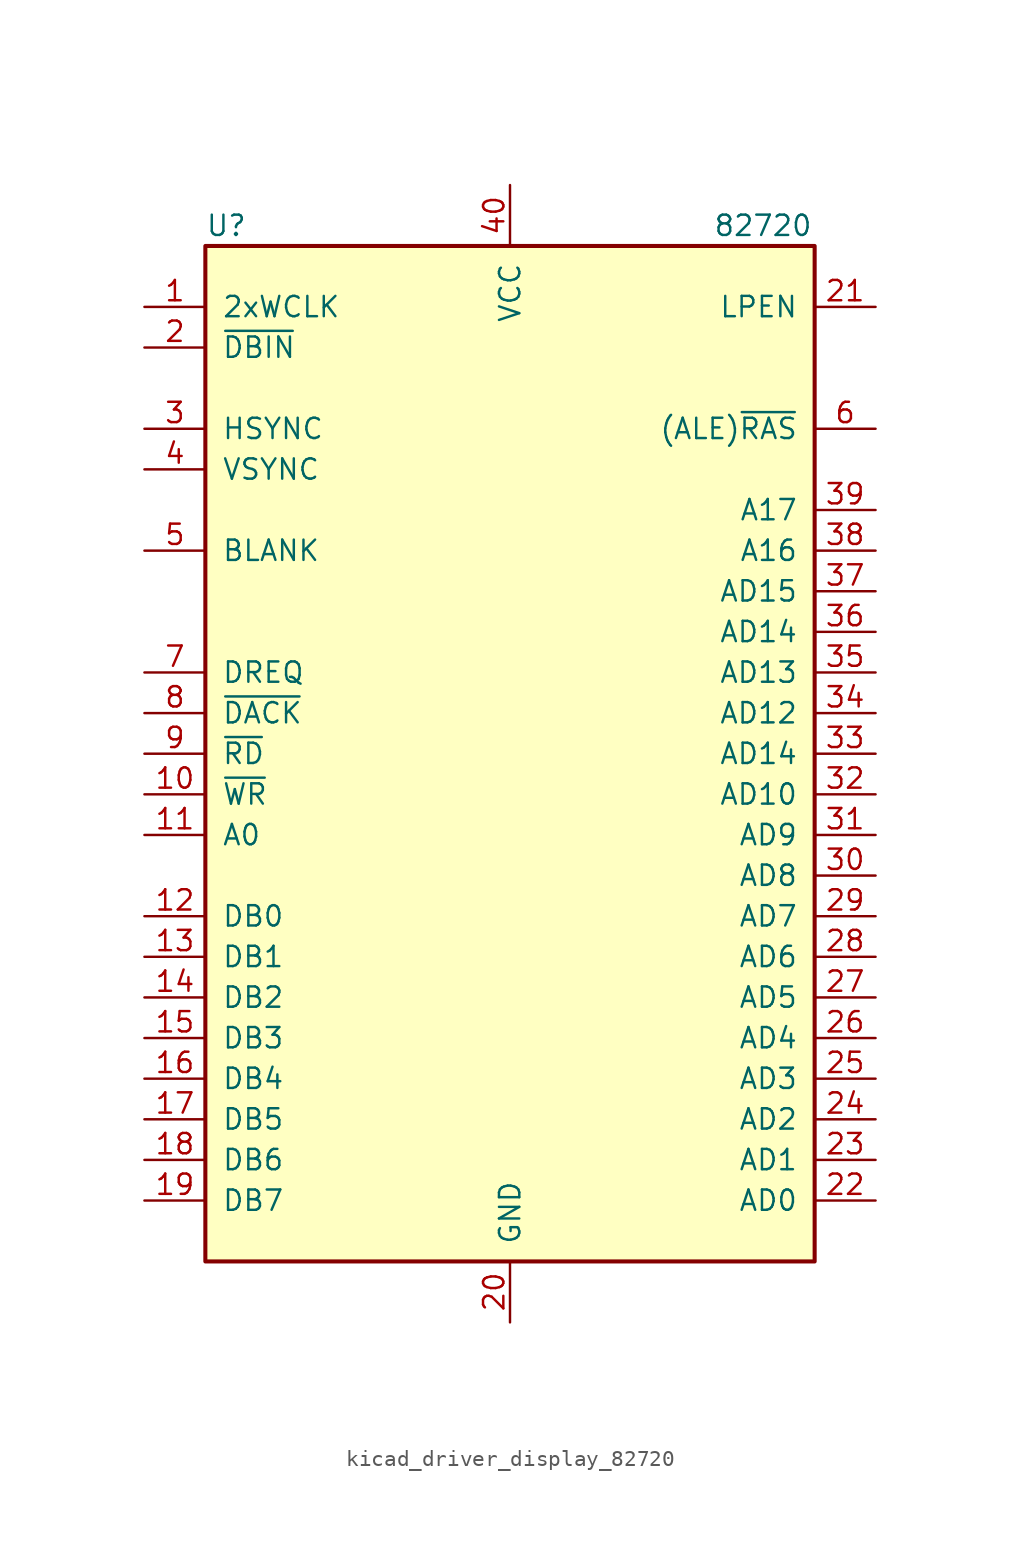
<source format=kicad_sym>
(kicad_symbol_lib
  (version 20220914)
  (generator kicad_symbol_editor)
  (symbol "kicad_driver_display_82720"
    (pin_names
      (offset 1.016))
    (property "Reference" "U"
      (at -19.05 33.02 0)
      (effects (font (size 1.27 1.27)) (justify left)))
    (property "Value" "82720"
      (at 12.7 33.02 0)
      (effects (font (size 1.27 1.27)) (justify left)))
    (symbol "kicad_driver_display_82720_0_0"
      (rectangle (start -19.05 -31.75) (end 19.05 31.75) (stroke (width 0.254) (type default)) (fill (type background))))
    (symbol "kicad_driver_display_82720_1_1"
      (pin input line (at -22.86 27.94 0) (length 3.81) (name "2xWCLK" (effects (font (size 1.27 1.27)))) (number "1" (effects (font (size 1.27 1.27)))))
      (pin input line (at -22.86 -2.54 0) (length 3.81) (name "~{WR}" (effects (font (size 1.27 1.27)))) (number "10" (effects (font (size 1.27 1.27)))))
      (pin input line (at -22.86 -5.08 0) (length 3.81) (name "A0" (effects (font (size 1.27 1.27)))) (number "11" (effects (font (size 1.27 1.27)))))
      (pin bidirectional line (at -22.86 -10.16 0) (length 3.81) (name "DB0" (effects (font (size 1.27 1.27)))) (number "12" (effects (font (size 1.27 1.27)))))
      (pin bidirectional line (at -22.86 -12.7 0) (length 3.81) (name "DB1" (effects (font (size 1.27 1.27)))) (number "13" (effects (font (size 1.27 1.27)))))
      (pin bidirectional line (at -22.86 -15.24 0) (length 3.81) (name "DB2" (effects (font (size 1.27 1.27)))) (number "14" (effects (font (size 1.27 1.27)))))
      (pin bidirectional line (at -22.86 -17.78 0) (length 3.81) (name "DB3" (effects (font (size 1.27 1.27)))) (number "15" (effects (font (size 1.27 1.27)))))
      (pin bidirectional line (at -22.86 -20.32 0) (length 3.81) (name "DB4" (effects (font (size 1.27 1.27)))) (number "16" (effects (font (size 1.27 1.27)))))
      (pin bidirectional line (at -22.86 -22.86 0) (length 3.81) (name "DB5" (effects (font (size 1.27 1.27)))) (number "17" (effects (font (size 1.27 1.27)))))
      (pin bidirectional line (at -22.86 -25.4 0) (length 3.81) (name "DB6" (effects (font (size 1.27 1.27)))) (number "18" (effects (font (size 1.27 1.27)))))
      (pin bidirectional line (at -22.86 -27.94 0) (length 3.81) (name "DB7" (effects (font (size 1.27 1.27)))) (number "19" (effects (font (size 1.27 1.27)))))
      (pin input line (at -22.86 25.4 0) (length 3.81) (name "~{DBIN}" (effects (font (size 1.27 1.27)))) (number "2" (effects (font (size 1.27 1.27)))))
      (pin power_in line (at 0 -35.56 90) (length 3.81) (name "GND" (effects (font (size 1.27 1.27)))) (number "20" (effects (font (size 1.27 1.27)))))
      (pin input line (at 22.86 27.94 180) (length 3.81) (name "LPEN" (effects (font (size 1.27 1.27)))) (number "21" (effects (font (size 1.27 1.27)))))
      (pin bidirectional line (at 22.86 -27.94 180) (length 3.81) (name "AD0" (effects (font (size 1.27 1.27)))) (number "22" (effects (font (size 1.27 1.27)))))
      (pin bidirectional line (at 22.86 -25.4 180) (length 3.81) (name "AD1" (effects (font (size 1.27 1.27)))) (number "23" (effects (font (size 1.27 1.27)))))
      (pin bidirectional line (at 22.86 -22.86 180) (length 3.81) (name "AD2" (effects (font (size 1.27 1.27)))) (number "24" (effects (font (size 1.27 1.27)))))
      (pin bidirectional line (at 22.86 -20.32 180) (length 3.81) (name "AD3" (effects (font (size 1.27 1.27)))) (number "25" (effects (font (size 1.27 1.27)))))
      (pin bidirectional line (at 22.86 -17.78 180) (length 3.81) (name "AD4" (effects (font (size 1.27 1.27)))) (number "26" (effects (font (size 1.27 1.27)))))
      (pin bidirectional line (at 22.86 -15.24 180) (length 3.81) (name "AD5" (effects (font (size 1.27 1.27)))) (number "27" (effects (font (size 1.27 1.27)))))
      (pin bidirectional line (at 22.86 -12.7 180) (length 3.81) (name "AD6" (effects (font (size 1.27 1.27)))) (number "28" (effects (font (size 1.27 1.27)))))
      (pin bidirectional line (at 22.86 -10.16 180) (length 3.81) (name "AD7" (effects (font (size 1.27 1.27)))) (number "29" (effects (font (size 1.27 1.27)))))
      (pin output line (at -22.86 20.32 0) (length 3.81) (name "HSYNC" (effects (font (size 1.27 1.27)))) (number "3" (effects (font (size 1.27 1.27)))))
      (pin bidirectional line (at 22.86 -7.62 180) (length 3.81) (name "AD8" (effects (font (size 1.27 1.27)))) (number "30" (effects (font (size 1.27 1.27)))))
      (pin bidirectional line (at 22.86 -5.08 180) (length 3.81) (name "AD9" (effects (font (size 1.27 1.27)))) (number "31" (effects (font (size 1.27 1.27)))))
      (pin bidirectional line (at 22.86 -2.54 180) (length 3.81) (name "AD10" (effects (font (size 1.27 1.27)))) (number "32" (effects (font (size 1.27 1.27)))))
      (pin bidirectional line (at 22.86 0 180) (length 3.81) (name "AD14" (effects (font (size 1.27 1.27)))) (number "33" (effects (font (size 1.27 1.27)))))
      (pin bidirectional line (at 22.86 2.54 180) (length 3.81) (name "AD12" (effects (font (size 1.27 1.27)))) (number "34" (effects (font (size 1.27 1.27)))))
      (pin bidirectional line (at 22.86 5.08 180) (length 3.81) (name "AD13" (effects (font (size 1.27 1.27)))) (number "35" (effects (font (size 1.27 1.27)))))
      (pin bidirectional line (at 22.86 7.62 180) (length 3.81) (name "AD14" (effects (font (size 1.27 1.27)))) (number "36" (effects (font (size 1.27 1.27)))))
      (pin bidirectional line (at 22.86 10.16 180) (length 3.81) (name "AD15" (effects (font (size 1.27 1.27)))) (number "37" (effects (font (size 1.27 1.27)))))
      (pin output line (at 22.86 12.7 180) (length 3.81) (name "A16" (effects (font (size 1.27 1.27)))) (number "38" (effects (font (size 1.27 1.27)))))
      (pin output line (at 22.86 15.24 180) (length 3.81) (name "A17" (effects (font (size 1.27 1.27)))) (number "39" (effects (font (size 1.27 1.27)))))
      (pin bidirectional line (at -22.86 17.78 0) (length 3.81) (name "VSYNC" (effects (font (size 1.27 1.27)))) (number "4" (effects (font (size 1.27 1.27)))))
      (pin power_in line (at 0 35.56 270) (length 3.81) (name "VCC" (effects (font (size 1.27 1.27)))) (number "40" (effects (font (size 1.27 1.27)))))
      (pin output line (at -22.86 12.7 0) (length 3.81) (name "BLANK" (effects (font (size 1.27 1.27)))) (number "5" (effects (font (size 1.27 1.27)))))
      (pin output line (at 22.86 20.32 180) (length 3.81) (name "(ALE)~{RAS}" (effects (font (size 1.27 1.27)))) (number "6" (effects (font (size 1.27 1.27)))))
      (pin output line (at -22.86 5.08 0) (length 3.81) (name "DREQ" (effects (font (size 1.27 1.27)))) (number "7" (effects (font (size 1.27 1.27)))))
      (pin input line (at -22.86 2.54 0) (length 3.81) (name "~{DACK}" (effects (font (size 1.27 1.27)))) (number "8" (effects (font (size 1.27 1.27)))))
      (pin input line (at -22.86 0 0) (length 3.81) (name "~{RD}" (effects (font (size 1.27 1.27)))) (number "9" (effects (font (size 1.27 1.27))))))))
</source>
